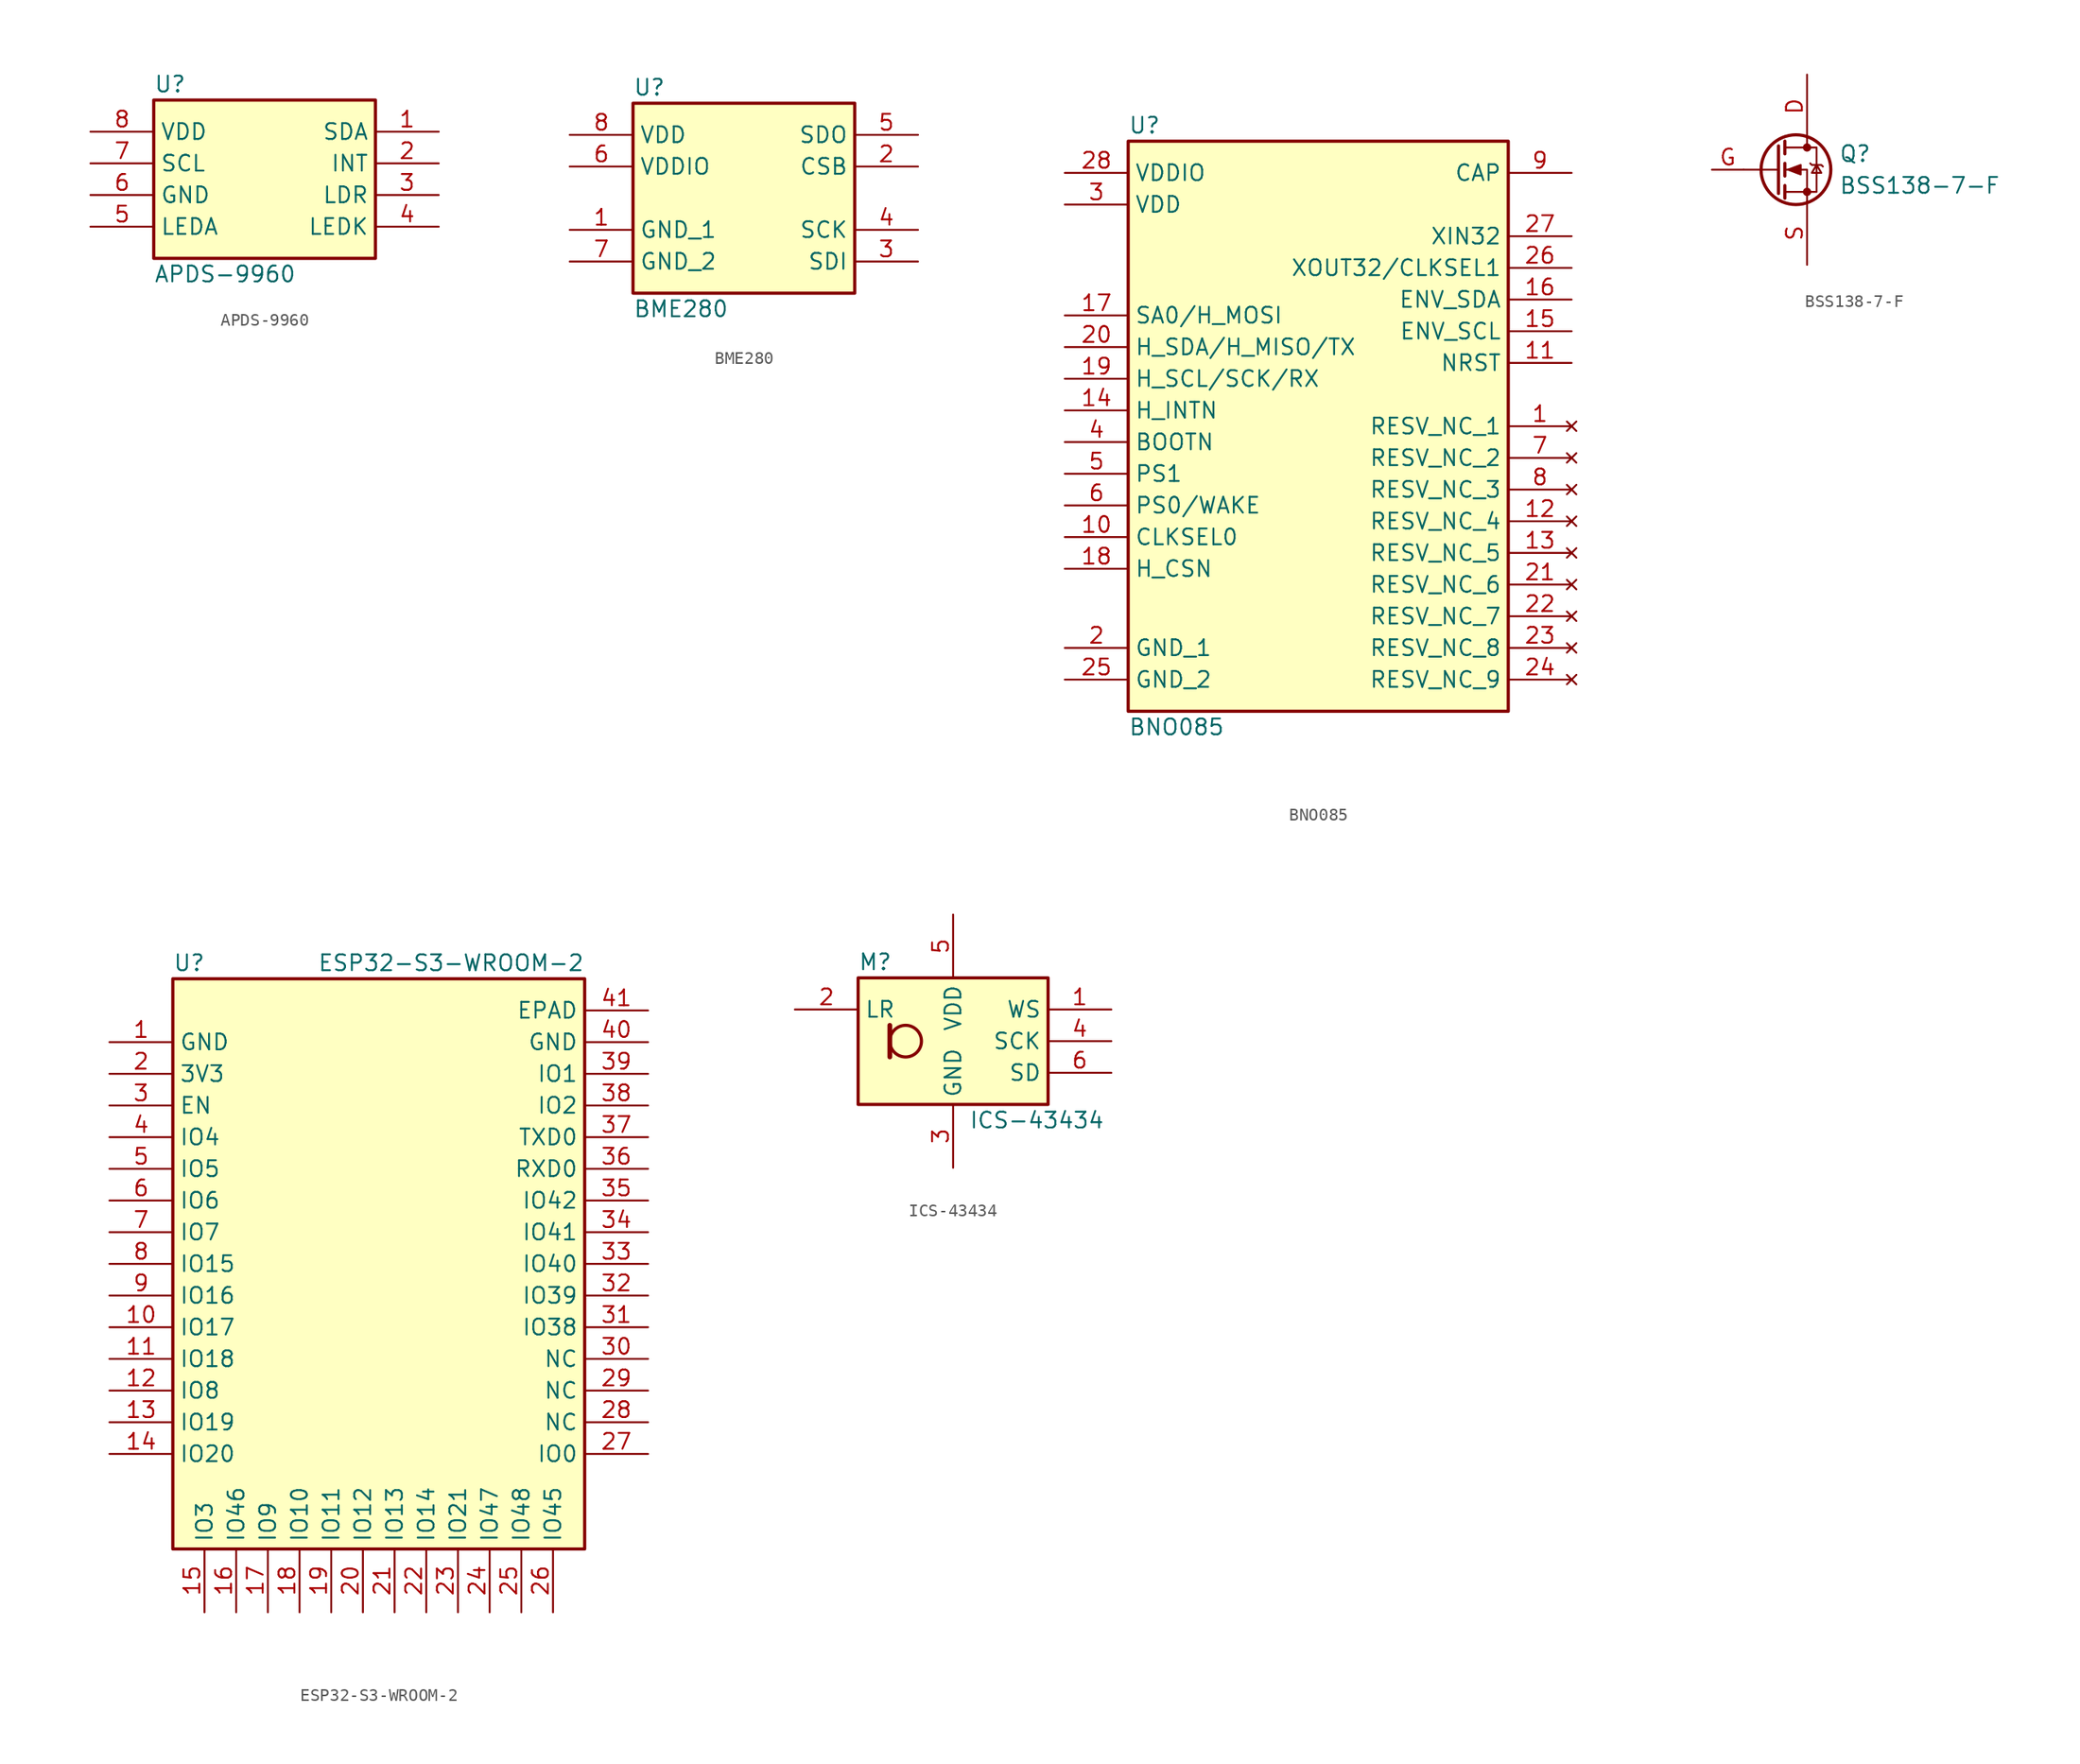
<source format=kicad_sym>
(kicad_symbol_lib
  (version 20231120)
  (generator "kicad_symbol_editor")
  (generator_version "8.0")
  (symbol "APDS-9960"
    (property "Reference" "U"
      (at 0 1.27 0)
      (do_not_autoplace)
      (effects (font (size 1.27 1.27)) (justify left)))
    (property "Value" "APDS-9960"
      (at 0 -13.97 0)
      (do_not_autoplace)
      (effects (font (size 1.27 1.27)) (justify left)))
    (symbol "APDS-9960_1_1"
      (rectangle (start 0 0) (end 17.78 -12.7) (stroke (width 0.254) (type default)) (fill (type background)))
      (pin unspecified line (at 22.86 -2.54 180) (length 5.08) (name "SDA" (effects (font (size 1.27 1.27)))) (number "1" (effects (font (size 1.27 1.27)))))
      (pin unspecified line (at 22.86 -5.08 180) (length 5.08) (name "INT" (effects (font (size 1.27 1.27)))) (number "2" (effects (font (size 1.27 1.27)))))
      (pin unspecified line (at 22.86 -7.62 180) (length 5.08) (name "LDR" (effects (font (size 1.27 1.27)))) (number "3" (effects (font (size 1.27 1.27)))))
      (pin unspecified line (at 22.86 -10.16 180) (length 5.08) (name "LEDK" (effects (font (size 1.27 1.27)))) (number "4" (effects (font (size 1.27 1.27)))))
      (pin unspecified line (at -5.08 -10.16 0) (length 5.08) (name "LEDA" (effects (font (size 1.27 1.27)))) (number "5" (effects (font (size 1.27 1.27)))))
      (pin unspecified line (at -5.08 -7.62 0) (length 5.08) (name "GND" (effects (font (size 1.27 1.27)))) (number "6" (effects (font (size 1.27 1.27)))))
      (pin unspecified line (at -5.08 -5.08 0) (length 5.08) (name "SCL" (effects (font (size 1.27 1.27)))) (number "7" (effects (font (size 1.27 1.27)))))
      (pin unspecified line (at -5.08 -2.54 0) (length 5.08) (name "VDD" (effects (font (size 1.27 1.27)))) (number "8" (effects (font (size 1.27 1.27)))))))
  (symbol "BME280"
    (property "Reference" "U"
      (at 0 1.27 0)
      (do_not_autoplace)
      (effects (font (size 1.27 1.27)) (justify left)))
    (property "Value" "BME280"
      (at 0 -16.51 0)
      (do_not_autoplace)
      (effects (font (size 1.27 1.27)) (justify left)))
    (symbol "BME280_1_1"
      (rectangle (start 0 0) (end 17.78 -15.24) (stroke (width 0.254) (type default)) (fill (type background)))
      (pin unspecified line (at -5.08 -10.16 0) (length 5.08) (name "GND_1" (effects (font (size 1.27 1.27)))) (number "1" (effects (font (size 1.27 1.27)))))
      (pin unspecified line (at 22.86 -5.08 180) (length 5.08) (name "CSB" (effects (font (size 1.27 1.27)))) (number "2" (effects (font (size 1.27 1.27)))))
      (pin unspecified line (at 22.86 -12.7 180) (length 5.08) (name "SDI" (effects (font (size 1.27 1.27)))) (number "3" (effects (font (size 1.27 1.27)))))
      (pin unspecified line (at 22.86 -10.16 180) (length 5.08) (name "SCK" (effects (font (size 1.27 1.27)))) (number "4" (effects (font (size 1.27 1.27)))))
      (pin unspecified line (at 22.86 -2.54 180) (length 5.08) (name "SDO" (effects (font (size 1.27 1.27)))) (number "5" (effects (font (size 1.27 1.27)))))
      (pin unspecified line (at -5.08 -5.08 0) (length 5.08) (name "VDDIO" (effects (font (size 1.27 1.27)))) (number "6" (effects (font (size 1.27 1.27)))))
      (pin unspecified line (at -5.08 -12.7 0) (length 5.08) (name "GND_2" (effects (font (size 1.27 1.27)))) (number "7" (effects (font (size 1.27 1.27)))))
      (pin unspecified line (at -5.08 -2.54 0) (length 5.08) (name "VDD" (effects (font (size 1.27 1.27)))) (number "8" (effects (font (size 1.27 1.27)))))))
  (symbol "BNO085"
    (property "Reference" "U"
      (at 0 1.27 0)
      (do_not_autoplace)
      (effects (font (size 1.27 1.27)) (justify left)))
    (property "Value" "BNO085"
      (at 0 -46.99 0)
      (do_not_autoplace)
      (effects (font (size 1.27 1.27)) (justify left)))
    (symbol "BNO085_1_1"
      (rectangle (start 0 0) (end 30.48 -45.72) (stroke (width 0.254) (type default)) (fill (type background)))
      (pin no_connect line (at 35.56 -22.86 180) (length 5.08) (name "RESV_NC_1" (effects (font (size 1.27 1.27)))) (number "1" (effects (font (size 1.27 1.27)))))
      (pin unspecified line (at -5.08 -31.75 0) (length 5.08) (name "CLKSEL0" (effects (font (size 1.27 1.27)))) (number "10" (effects (font (size 1.27 1.27)))))
      (pin unspecified line (at 35.56 -17.78 180) (length 5.08) (name "NRST" (effects (font (size 1.27 1.27)))) (number "11" (effects (font (size 1.27 1.27)))))
      (pin no_connect line (at 35.56 -30.48 180) (length 5.08) (name "RESV_NC_4" (effects (font (size 1.27 1.27)))) (number "12" (effects (font (size 1.27 1.27)))))
      (pin no_connect line (at 35.56 -33.02 180) (length 5.08) (name "RESV_NC_5" (effects (font (size 1.27 1.27)))) (number "13" (effects (font (size 1.27 1.27)))))
      (pin unspecified line (at -5.08 -21.59 0) (length 5.08) (name "H_INTN" (effects (font (size 1.27 1.27)))) (number "14" (effects (font (size 1.27 1.27)))))
      (pin unspecified line (at 35.56 -15.24 180) (length 5.08) (name "ENV_SCL" (effects (font (size 1.27 1.27)))) (number "15" (effects (font (size 1.27 1.27)))))
      (pin unspecified line (at 35.56 -12.7 180) (length 5.08) (name "ENV_SDA" (effects (font (size 1.27 1.27)))) (number "16" (effects (font (size 1.27 1.27)))))
      (pin unspecified line (at -5.08 -13.97 0) (length 5.08) (name "SA0/H_MOSI" (effects (font (size 1.27 1.27)))) (number "17" (effects (font (size 1.27 1.27)))))
      (pin unspecified line (at -5.08 -34.29 0) (length 5.08) (name "H_CSN" (effects (font (size 1.27 1.27)))) (number "18" (effects (font (size 1.27 1.27)))))
      (pin unspecified line (at -5.08 -19.05 0) (length 5.08) (name "H_SCL/SCK/RX" (effects (font (size 1.27 1.27)))) (number "19" (effects (font (size 1.27 1.27)))))
      (pin unspecified line (at -5.08 -40.64 0) (length 5.08) (name "GND_1" (effects (font (size 1.27 1.27)))) (number "2" (effects (font (size 1.27 1.27)))))
      (pin unspecified line (at -5.08 -16.51 0) (length 5.08) (name "H_SDA/H_MISO/TX" (effects (font (size 1.27 1.27)))) (number "20" (effects (font (size 1.27 1.27)))))
      (pin no_connect line (at 35.56 -35.56 180) (length 5.08) (name "RESV_NC_6" (effects (font (size 1.27 1.27)))) (number "21" (effects (font (size 1.27 1.27)))))
      (pin no_connect line (at 35.56 -38.1 180) (length 5.08) (name "RESV_NC_7" (effects (font (size 1.27 1.27)))) (number "22" (effects (font (size 1.27 1.27)))))
      (pin no_connect line (at 35.56 -40.64 180) (length 5.08) (name "RESV_NC_8" (effects (font (size 1.27 1.27)))) (number "23" (effects (font (size 1.27 1.27)))))
      (pin no_connect line (at 35.56 -43.18 180) (length 5.08) (name "RESV_NC_9" (effects (font (size 1.27 1.27)))) (number "24" (effects (font (size 1.27 1.27)))))
      (pin unspecified line (at -5.08 -43.18 0) (length 5.08) (name "GND_2" (effects (font (size 1.27 1.27)))) (number "25" (effects (font (size 1.27 1.27)))))
      (pin unspecified line (at 35.56 -10.16 180) (length 5.08) (name "XOUT32/CLKSEL1" (effects (font (size 1.27 1.27)))) (number "26" (effects (font (size 1.27 1.27)))))
      (pin unspecified line (at 35.56 -7.62 180) (length 5.08) (name "XIN32" (effects (font (size 1.27 1.27)))) (number "27" (effects (font (size 1.27 1.27)))))
      (pin unspecified line (at -5.08 -2.54 0) (length 5.08) (name "VDDIO" (effects (font (size 1.27 1.27)))) (number "28" (effects (font (size 1.27 1.27)))))
      (pin unspecified line (at -5.08 -5.08 0) (length 5.08) (name "VDD" (effects (font (size 1.27 1.27)))) (number "3" (effects (font (size 1.27 1.27)))))
      (pin unspecified line (at -5.08 -24.13 0) (length 5.08) (name "BOOTN" (effects (font (size 1.27 1.27)))) (number "4" (effects (font (size 1.27 1.27)))))
      (pin unspecified line (at -5.08 -26.67 0) (length 5.08) (name "PS1" (effects (font (size 1.27 1.27)))) (number "5" (effects (font (size 1.27 1.27)))))
      (pin unspecified line (at -5.08 -29.21 0) (length 5.08) (name "PS0/WAKE" (effects (font (size 1.27 1.27)))) (number "6" (effects (font (size 1.27 1.27)))))
      (pin no_connect line (at 35.56 -25.4 180) (length 5.08) (name "RESV_NC_2" (effects (font (size 1.27 1.27)))) (number "7" (effects (font (size 1.27 1.27)))))
      (pin no_connect line (at 35.56 -27.94 180) (length 5.08) (name "RESV_NC_3" (effects (font (size 1.27 1.27)))) (number "8" (effects (font (size 1.27 1.27)))))
      (pin unspecified line (at 35.56 -2.54 180) (length 5.08) (name "CAP" (effects (font (size 1.27 1.27)))) (number "9" (effects (font (size 1.27 1.27)))))))
  (symbol "BSS138-7-F"
    (pin_names hide)
    (property "Reference" "Q"
      (at 3.81 1.27 0)
      (do_not_autoplace)
      (effects (font (size 1.27 1.27)) (justify left)))
    (property "Value" "BSS138-7-F"
      (at 3.81 -1.27 0)
      (do_not_autoplace)
      (effects (font (size 1.27 1.27)) (justify left)))
    (symbol "BSS138-7-F_0_1"
      (polyline (pts (xy 1.27 2.54) (xy 1.27 1.905)) (stroke (width 0) (type default)) (fill (type none))))
    (symbol "BSS138-7-F_1_1"
      (polyline (pts (xy -3.81 0) (xy -1.016 0)) (stroke (width 0) (type default)) (fill (type none)))
      (polyline (pts (xy -1.016 1.905) (xy -1.016 -1.905)) (stroke (width 0.254) (type default)) (fill (type none)))
      (polyline (pts (xy -0.508 -1.27) (xy -0.508 -2.286)) (stroke (width 0.254) (type default)) (fill (type none)))
      (polyline (pts (xy -0.508 0.508) (xy -0.508 -0.508)) (stroke (width 0.254) (type default)) (fill (type none)))
      (polyline (pts (xy -0.508 2.286) (xy -0.508 1.27)) (stroke (width 0.254) (type default)) (fill (type none)))
      (polyline (pts (xy 1.27 -2.54) (xy 1.27 0) (xy -0.508 0)) (stroke (width 0) (type default)) (fill (type none)))
      (polyline (pts (xy -0.508 -1.778) (xy 2.032 -1.778) (xy 2.032 1.778) (xy -0.508 1.778)) (stroke (width 0) (type default)) (fill (type none)))
      (polyline (pts (xy -0.254 0) (xy 0.762 0.381) (xy 0.762 -0.381) (xy -0.254 0)) (stroke (width 0) (type default)) (fill (type outline)))
      (polyline (pts (xy 1.524 0.508) (xy 1.651 0.381) (xy 2.413 0.381) (xy 2.54 0.254)) (stroke (width 0) (type default)) (fill (type none)))
      (polyline (pts (xy 2.032 0.381) (xy 1.651 -0.254) (xy 2.413 -0.254) (xy 2.032 0.381)) (stroke (width 0) (type default)) (fill (type none)))
      (circle (center 0.381 0) (radius 2.794) (stroke (width 0.254) (type default)) (fill (type none)))
      (circle (center 1.27 -1.778) (radius 0.254) (stroke (width 0) (type default)) (fill (type outline)))
      (circle (center 1.27 1.778) (radius 0.254) (stroke (width 0) (type default)) (fill (type outline)))
      (pin unspecified line (at 1.27 7.62 270) (length 5.08) (name "~" (effects (font (size 1.27 1.27)))) (number "D" (effects (font (size 1.27 1.27)))))
      (pin unspecified line (at -6.35 0 0) (length 2.54) (name "~" (effects (font (size 1.27 1.27)))) (number "G" (effects (font (size 1.27 1.27)))))
      (pin unspecified line (at 1.27 -7.62 90) (length 5.08) (name "~" (effects (font (size 1.27 1.27)))) (number "S" (effects (font (size 1.27 1.27)))))))
  (symbol "ESP32-S3-WROOM-2"
    (property "Reference" "U"
      (at 0 1.27 0)
      (do_not_autoplace)
      (effects (font (size 1.27 1.27)) (justify left)))
    (property "Value" "ESP32-S3-WROOM-2"
      (at 33.02 1.27 0)
      (do_not_autoplace)
      (effects (font (size 1.27 1.27)) (justify right)))
    (symbol "ESP32-S3-WROOM-2_0_1"
      (pin unspecified line (at -5.08 -27.94 0) (length 5.08) (name "IO17" (effects (font (size 1.27 1.27)))) (number "10" (effects (font (size 1.27 1.27)))))
      (pin unspecified line (at -5.08 -30.48 0) (length 5.08) (name "IO18" (effects (font (size 1.27 1.27)))) (number "11" (effects (font (size 1.27 1.27)))))
      (pin unspecified line (at -5.08 -33.02 0) (length 5.08) (name "IO8" (effects (font (size 1.27 1.27)))) (number "12" (effects (font (size 1.27 1.27)))))
      (pin unspecified line (at -5.08 -35.56 0) (length 5.08) (name "IO19" (effects (font (size 1.27 1.27)))) (number "13" (effects (font (size 1.27 1.27)))))
      (pin unspecified line (at -5.08 -38.1 0) (length 5.08) (name "IO20" (effects (font (size 1.27 1.27)))) (number "14" (effects (font (size 1.27 1.27)))))
      (pin unspecified line (at 2.54 -50.8 90) (length 5.08) (name "IO3" (effects (font (size 1.27 1.27)))) (number "15" (effects (font (size 1.27 1.27)))))
      (pin unspecified line (at 5.08 -50.8 90) (length 5.08) (name "IO46" (effects (font (size 1.27 1.27)))) (number "16" (effects (font (size 1.27 1.27)))))
      (pin unspecified line (at 7.62 -50.8 90) (length 5.08) (name "IO9" (effects (font (size 1.27 1.27)))) (number "17" (effects (font (size 1.27 1.27)))))
      (pin unspecified line (at 10.16 -50.8 90) (length 5.08) (name "IO10" (effects (font (size 1.27 1.27)))) (number "18" (effects (font (size 1.27 1.27)))))
      (pin unspecified line (at 12.7 -50.8 90) (length 5.08) (name "IO11" (effects (font (size 1.27 1.27)))) (number "19" (effects (font (size 1.27 1.27)))))
      (pin unspecified line (at -5.08 -7.62 0) (length 5.08) (name "3V3" (effects (font (size 1.27 1.27)))) (number "2" (effects (font (size 1.27 1.27)))))
      (pin unspecified line (at 15.24 -50.8 90) (length 5.08) (name "IO12" (effects (font (size 1.27 1.27)))) (number "20" (effects (font (size 1.27 1.27)))))
      (pin unspecified line (at 17.78 -50.8 90) (length 5.08) (name "IO13" (effects (font (size 1.27 1.27)))) (number "21" (effects (font (size 1.27 1.27)))))
      (pin unspecified line (at 20.32 -50.8 90) (length 5.08) (name "IO14" (effects (font (size 1.27 1.27)))) (number "22" (effects (font (size 1.27 1.27)))))
      (pin unspecified line (at 22.86 -50.8 90) (length 5.08) (name "IO21" (effects (font (size 1.27 1.27)))) (number "23" (effects (font (size 1.27 1.27)))))
      (pin unspecified line (at 25.4 -50.8 90) (length 5.08) (name "IO47" (effects (font (size 1.27 1.27)))) (number "24" (effects (font (size 1.27 1.27)))))
      (pin unspecified line (at 27.94 -50.8 90) (length 5.08) (name "IO48" (effects (font (size 1.27 1.27)))) (number "25" (effects (font (size 1.27 1.27)))))
      (pin unspecified line (at 30.48 -50.8 90) (length 5.08) (name "IO45" (effects (font (size 1.27 1.27)))) (number "26" (effects (font (size 1.27 1.27)))))
      (pin unspecified line (at 38.1 -38.1 180) (length 5.08) (name "IO0" (effects (font (size 1.27 1.27)))) (number "27" (effects (font (size 1.27 1.27)))))
      (pin unspecified line (at 38.1 -35.56 180) (length 5.08) (name "NC" (effects (font (size 1.27 1.27)))) (number "28" (effects (font (size 1.27 1.27)))))
      (pin unspecified line (at 38.1 -33.02 180) (length 5.08) (name "NC" (effects (font (size 1.27 1.27)))) (number "29" (effects (font (size 1.27 1.27)))))
      (pin unspecified line (at -5.08 -10.16 0) (length 5.08) (name "EN" (effects (font (size 1.27 1.27)))) (number "3" (effects (font (size 1.27 1.27)))))
      (pin unspecified line (at 38.1 -30.48 180) (length 5.08) (name "NC" (effects (font (size 1.27 1.27)))) (number "30" (effects (font (size 1.27 1.27)))))
      (pin unspecified line (at 38.1 -27.94 180) (length 5.08) (name "IO38" (effects (font (size 1.27 1.27)))) (number "31" (effects (font (size 1.27 1.27)))))
      (pin unspecified line (at 38.1 -25.4 180) (length 5.08) (name "IO39" (effects (font (size 1.27 1.27)))) (number "32" (effects (font (size 1.27 1.27)))))
      (pin unspecified line (at 38.1 -22.86 180) (length 5.08) (name "IO40" (effects (font (size 1.27 1.27)))) (number "33" (effects (font (size 1.27 1.27)))))
      (pin unspecified line (at 38.1 -20.32 180) (length 5.08) (name "IO41" (effects (font (size 1.27 1.27)))) (number "34" (effects (font (size 1.27 1.27)))))
      (pin unspecified line (at 38.1 -17.78 180) (length 5.08) (name "IO42" (effects (font (size 1.27 1.27)))) (number "35" (effects (font (size 1.27 1.27)))))
      (pin unspecified line (at 38.1 -15.24 180) (length 5.08) (name "RXD0" (effects (font (size 1.27 1.27)))) (number "36" (effects (font (size 1.27 1.27)))))
      (pin unspecified line (at 38.1 -12.7 180) (length 5.08) (name "TXD0" (effects (font (size 1.27 1.27)))) (number "37" (effects (font (size 1.27 1.27)))))
      (pin unspecified line (at 38.1 -10.16 180) (length 5.08) (name "IO2" (effects (font (size 1.27 1.27)))) (number "38" (effects (font (size 1.27 1.27)))))
      (pin unspecified line (at 38.1 -7.62 180) (length 5.08) (name "IO1" (effects (font (size 1.27 1.27)))) (number "39" (effects (font (size 1.27 1.27)))))
      (pin unspecified line (at 38.1 -5.08 180) (length 5.08) (name "GND" (effects (font (size 1.27 1.27)))) (number "40" (effects (font (size 1.27 1.27)))))
      (pin unspecified line (at -5.08 -17.78 0) (length 5.08) (name "IO6" (effects (font (size 1.27 1.27)))) (number "6" (effects (font (size 1.27 1.27)))))
      (pin unspecified line (at -5.08 -20.32 0) (length 5.08) (name "IO7" (effects (font (size 1.27 1.27)))) (number "7" (effects (font (size 1.27 1.27)))))
      (pin unspecified line (at -5.08 -22.86 0) (length 5.08) (name "IO15" (effects (font (size 1.27 1.27)))) (number "8" (effects (font (size 1.27 1.27)))))
      (pin unspecified line (at -5.08 -25.4 0) (length 5.08) (name "IO16" (effects (font (size 1.27 1.27)))) (number "9" (effects (font (size 1.27 1.27))))))
    (symbol "ESP32-S3-WROOM-2_1_1"
      (rectangle (start 0 0) (end 33.02 -45.72) (stroke (width 0.254) (type default)) (fill (type background)))
      (pin unspecified line (at -5.08 -5.08 0) (length 5.08) (name "GND" (effects (font (size 1.27 1.27)))) (number "1" (effects (font (size 1.27 1.27)))))
      (pin unspecified line (at -5.08 -12.7 0) (length 5.08) (name "IO4" (effects (font (size 1.27 1.27)))) (number "4" (effects (font (size 1.27 1.27)))))
      (pin unspecified line (at 38.1 -2.54 180) (length 5.08) (name "EPAD" (effects (font (size 1.27 1.27)))) (number "41" (effects (font (size 1.27 1.27)))))
      (pin unspecified line (at -5.08 -15.24 0) (length 5.08) (name "IO5" (effects (font (size 1.27 1.27)))) (number "5" (effects (font (size 1.27 1.27)))))))
  (symbol "ICS-43434"
    (property "Reference" "M"
      (at 0 1.27 0)
      (effects (font (size 1.27 1.27)) (justify left)))
    (property "Value" "ICS-43434"
      (at 8.89 -11.43 0)
      (effects (font (size 1.27 1.27)) (justify left)))
    (symbol "ICS-43434_1_1"
      (polyline (pts (xy 2.54 -3.81) (xy 2.54 -6.35)) (stroke (width 0.381) (type default)) (fill (type none)))
      (rectangle (start 0 0) (end 15.24 -10.16) (stroke (width 0.254) (type default)) (fill (type background)))
      (circle (center 3.81 -5.08) (radius 1.27) (stroke (width 0.254) (type default)) (fill (type none)))
      (pin unspecified line (at 20.32 -2.54 180) (length 5.08) (name "WS" (effects (font (size 1.27 1.27)))) (number "1" (effects (font (size 1.27 1.27)))))
      (pin unspecified line (at -5.08 -2.54 0) (length 5.08) (name "LR" (effects (font (size 1.27 1.27)))) (number "2" (effects (font (size 1.27 1.27)))))
      (pin power_in line (at 7.62 -15.24 90) (length 5.08) (name "GND" (effects (font (size 1.27 1.27)))) (number "3" (effects (font (size 1.27 1.27)))))
      (pin unspecified line (at 20.32 -5.08 180) (length 5.08) (name "SCK" (effects (font (size 1.27 1.27)))) (number "4" (effects (font (size 1.27 1.27)))))
      (pin power_in line (at 7.62 5.08 270) (length 5.08) (name "VDD" (effects (font (size 1.27 1.27)))) (number "5" (effects (font (size 1.27 1.27)))))
      (pin unspecified line (at 20.32 -7.62 180) (length 5.08) (name "SD" (effects (font (size 1.27 1.27)))) (number "6" (effects (font (size 1.27 1.27))))))))
</source>
